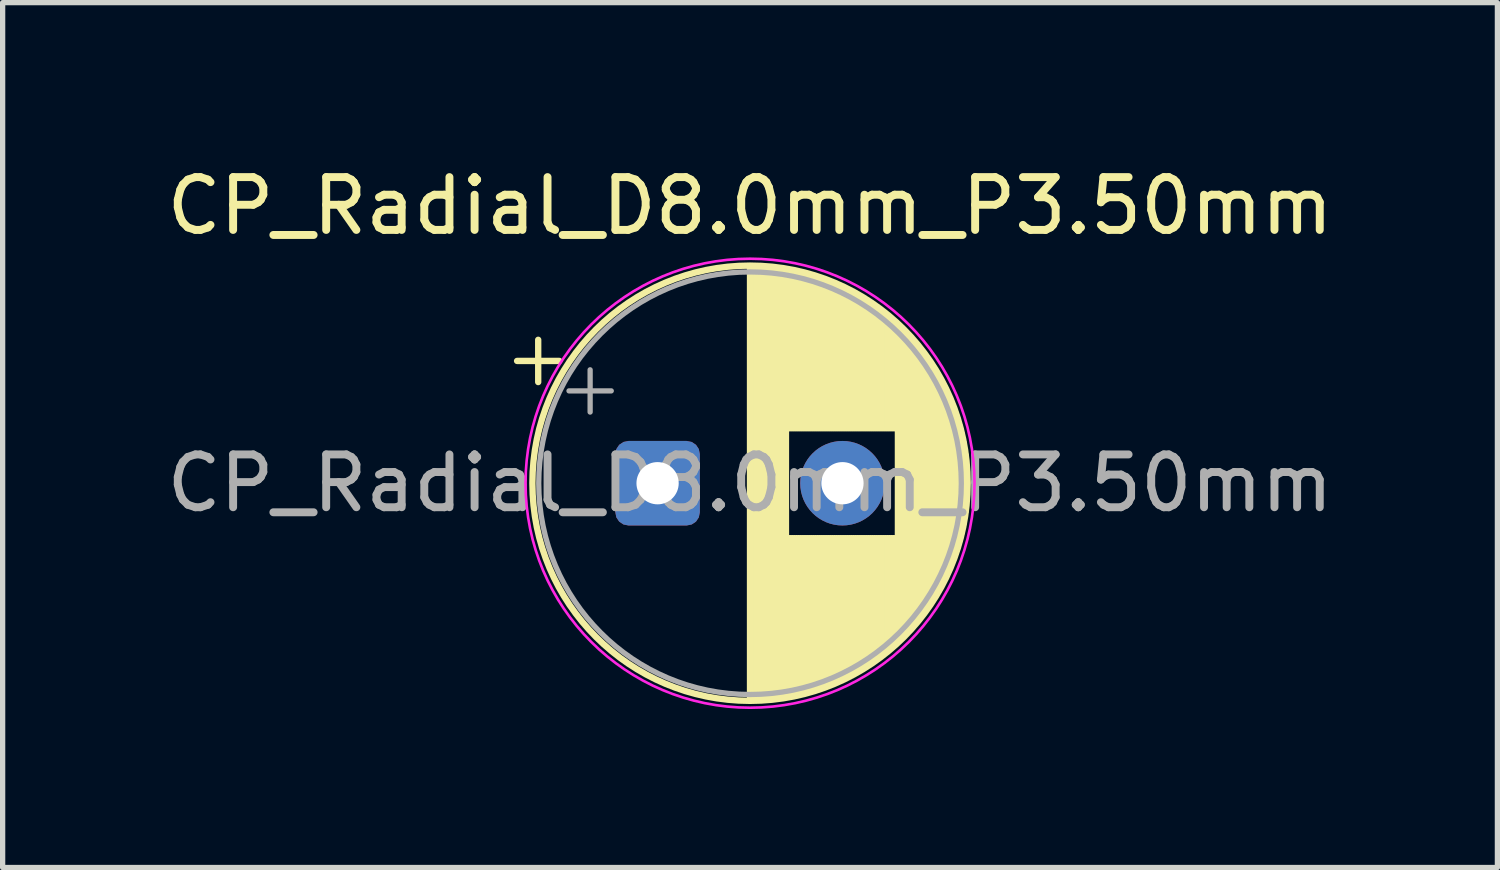
<source format=kicad_pcb>
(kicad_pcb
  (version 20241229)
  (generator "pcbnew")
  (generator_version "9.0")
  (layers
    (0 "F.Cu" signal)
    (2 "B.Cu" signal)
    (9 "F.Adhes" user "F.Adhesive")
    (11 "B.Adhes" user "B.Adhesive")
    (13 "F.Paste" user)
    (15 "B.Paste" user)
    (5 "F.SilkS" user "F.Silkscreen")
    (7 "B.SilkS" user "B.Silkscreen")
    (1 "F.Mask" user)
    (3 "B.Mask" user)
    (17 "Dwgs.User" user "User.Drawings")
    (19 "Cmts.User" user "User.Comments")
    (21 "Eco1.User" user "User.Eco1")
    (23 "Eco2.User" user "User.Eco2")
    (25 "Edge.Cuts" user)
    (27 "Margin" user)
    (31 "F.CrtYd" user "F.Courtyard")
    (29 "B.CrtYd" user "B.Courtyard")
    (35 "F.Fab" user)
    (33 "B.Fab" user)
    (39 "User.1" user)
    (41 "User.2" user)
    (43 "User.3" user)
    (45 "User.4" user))
  (footprint "CP_Radial_D8.0mm_P3.50mm"
    (layer "F.Cu")
    (at 9.399 6.098)
    (property "Reference" "CP_Radial_D8.0mm_P3.50mm" (at 1.75 -5.25 180) (layer "F.SilkS") (effects (font (size 1 1) (thickness 0.15))))
    (attr through_hole)
    (fp_line (start -2.66 -2.315) (end -1.86 -2.315) (stroke (width 0.12) (type solid)) (layer "F.SilkS"))
    (fp_line (start -2.26 -2.715) (end -2.26 -1.915) (stroke (width 0.12) (type solid)) (layer "F.SilkS"))
    (fp_line (start 1.75 -4.08) (end 1.75 4.08) (stroke (width 0.12) (type solid)) (layer "F.SilkS"))
    (fp_line (start 1.79 -4.08) (end 1.79 4.08) (stroke (width 0.12) (type solid)) (layer "F.SilkS"))
    (fp_line (start 1.83 -4.079) (end 1.83 4.079) (stroke (width 0.12) (type solid)) (layer "F.SilkS"))
    (fp_line (start 1.87 -4.078) (end 1.87 4.078) (stroke (width 0.12) (type solid)) (layer "F.SilkS"))
    (fp_line (start 1.91 -4.077) (end 1.91 4.077) (stroke (width 0.12) (type solid)) (layer "F.SilkS"))
    (fp_line (start 1.95 -4.075) (end 1.95 4.075) (stroke (width 0.12) (type solid)) (layer "F.SilkS"))
    (fp_line (start 1.99 -4.073) (end 1.99 4.073) (stroke (width 0.12) (type solid)) (layer "F.SilkS"))
    (fp_line (start 2.03 -4.07) (end 2.03 4.07) (stroke (width 0.12) (type solid)) (layer "F.SilkS"))
    (fp_line (start 2.07 -4.068) (end 2.07 4.068) (stroke (width 0.12) (type solid)) (layer "F.SilkS"))
    (fp_line (start 2.11 -4.064) (end 2.11 4.064) (stroke (width 0.12) (type solid)) (layer "F.SilkS"))
    (fp_line (start 2.15 -4.061) (end 2.15 4.061) (stroke (width 0.12) (type solid)) (layer "F.SilkS"))
    (fp_line (start 2.19 -4.056) (end 2.19 4.056) (stroke (width 0.12) (type solid)) (layer "F.SilkS"))
    (fp_line (start 2.23 -4.052) (end 2.23 4.052) (stroke (width 0.12) (type solid)) (layer "F.SilkS"))
    (fp_line (start 2.27 -4.047) (end 2.27 4.047) (stroke (width 0.12) (type solid)) (layer "F.SilkS"))
    (fp_line (start 2.31 -4.042) (end 2.31 4.042) (stroke (width 0.12) (type solid)) (layer "F.SilkS"))
    (fp_line (start 2.35 -4.036) (end 2.35 4.036) (stroke (width 0.12) (type solid)) (layer "F.SilkS"))
    (fp_line (start 2.39 -4.03) (end 2.39 4.03) (stroke (width 0.12) (type solid)) (layer "F.SilkS"))
    (fp_line (start 2.43 -4.023) (end 2.43 4.023) (stroke (width 0.12) (type solid)) (layer "F.SilkS"))
    (fp_line (start 2.47 -4.017) (end 2.47 -1.04) (stroke (width 0.12) (type solid)) (layer "F.SilkS"))
    (fp_line (start 2.47 1.04) (end 2.47 4.017) (stroke (width 0.12) (type solid)) (layer "F.SilkS"))
    (fp_line (start 2.51 -4.009) (end 2.51 -1.04) (stroke (width 0.12) (type solid)) (layer "F.SilkS"))
    (fp_line (start 2.51 1.04) (end 2.51 4.009) (stroke (width 0.12) (type solid)) (layer "F.SilkS"))
    (fp_line (start 2.55 -4.002) (end 2.55 -1.04) (stroke (width 0.12) (type solid)) (layer "F.SilkS"))
    (fp_line (start 2.55 1.04) (end 2.55 4.002) (stroke (width 0.12) (type solid)) (layer "F.SilkS"))
    (fp_line (start 2.59 -3.993) (end 2.59 -1.04) (stroke (width 0.12) (type solid)) (layer "F.SilkS"))
    (fp_line (start 2.59 1.04) (end 2.59 3.993) (stroke (width 0.12) (type solid)) (layer "F.SilkS"))
    (fp_line (start 2.63 -3.985) (end 2.63 -1.04) (stroke (width 0.12) (type solid)) (layer "F.SilkS"))
    (fp_line (start 2.63 1.04) (end 2.63 3.985) (stroke (width 0.12) (type solid)) (layer "F.SilkS"))
    (fp_line (start 2.67 -3.976) (end 2.67 -1.04) (stroke (width 0.12) (type solid)) (layer "F.SilkS"))
    (fp_line (start 2.67 1.04) (end 2.67 3.976) (stroke (width 0.12) (type solid)) (layer "F.SilkS"))
    (fp_line (start 2.71 -3.967) (end 2.71 -1.04) (stroke (width 0.12) (type solid)) (layer "F.SilkS"))
    (fp_line (start 2.71 1.04) (end 2.71 3.967) (stroke (width 0.12) (type solid)) (layer "F.SilkS"))
    (fp_line (start 2.75 -3.957) (end 2.75 -1.04) (stroke (width 0.12) (type solid)) (layer "F.SilkS"))
    (fp_line (start 2.75 1.04) (end 2.75 3.957) (stroke (width 0.12) (type solid)) (layer "F.SilkS"))
    (fp_line (start 2.79 -3.947) (end 2.79 -1.04) (stroke (width 0.12) (type solid)) (layer "F.SilkS"))
    (fp_line (start 2.79 1.04) (end 2.79 3.947) (stroke (width 0.12) (type solid)) (layer "F.SilkS"))
    (fp_line (start 2.83 -3.936) (end 2.83 -1.04) (stroke (width 0.12) (type solid)) (layer "F.SilkS"))
    (fp_line (start 2.83 1.04) (end 2.83 3.936) (stroke (width 0.12) (type solid)) (layer "F.SilkS"))
    (fp_line (start 2.87 -3.925) (end 2.87 -1.04) (stroke (width 0.12) (type solid)) (layer "F.SilkS"))
    (fp_line (start 2.87 1.04) (end 2.87 3.925) (stroke (width 0.12) (type solid)) (layer "F.SilkS"))
    (fp_line (start 2.91 -3.913) (end 2.91 -1.04) (stroke (width 0.12) (type solid)) (layer "F.SilkS"))
    (fp_line (start 2.91 1.04) (end 2.91 3.913) (stroke (width 0.12) (type solid)) (layer "F.SilkS"))
    (fp_line (start 2.95 -3.901) (end 2.95 -1.04) (stroke (width 0.12) (type solid)) (layer "F.SilkS"))
    (fp_line (start 2.95 1.04) (end 2.95 3.901) (stroke (width 0.12) (type solid)) (layer "F.SilkS"))
    (fp_line (start 2.99 -3.889) (end 2.99 -1.04) (stroke (width 0.12) (type solid)) (layer "F.SilkS"))
    (fp_line (start 2.99 1.04) (end 2.99 3.889) (stroke (width 0.12) (type solid)) (layer "F.SilkS"))
    (fp_line (start 3.03 -3.876) (end 3.03 -1.04) (stroke (width 0.12) (type solid)) (layer "F.SilkS"))
    (fp_line (start 3.03 1.04) (end 3.03 3.876) (stroke (width 0.12) (type solid)) (layer "F.SilkS"))
    (fp_line (start 3.07 -3.863) (end 3.07 -1.04) (stroke (width 0.12) (type solid)) (layer "F.SilkS"))
    (fp_line (start 3.07 1.04) (end 3.07 3.863) (stroke (width 0.12) (type solid)) (layer "F.SilkS"))
    (fp_line (start 3.11 -3.849) (end 3.11 -1.04) (stroke (width 0.12) (type solid)) (layer "F.SilkS"))
    (fp_line (start 3.11 1.04) (end 3.11 3.849) (stroke (width 0.12) (type solid)) (layer "F.SilkS"))
    (fp_line (start 3.15 -3.835) (end 3.15 -1.04) (stroke (width 0.12) (type solid)) (layer "F.SilkS"))
    (fp_line (start 3.15 1.04) (end 3.15 3.835) (stroke (width 0.12) (type solid)) (layer "F.SilkS"))
    (fp_line (start 3.19 -3.82) (end 3.19 -1.04) (stroke (width 0.12) (type solid)) (layer "F.SilkS"))
    (fp_line (start 3.19 1.04) (end 3.19 3.82) (stroke (width 0.12) (type solid)) (layer "F.SilkS"))
    (fp_line (start 3.23 -3.805) (end 3.23 -1.04) (stroke (width 0.12) (type solid)) (layer "F.SilkS"))
    (fp_line (start 3.23 1.04) (end 3.23 3.805) (stroke (width 0.12) (type solid)) (layer "F.SilkS"))
    (fp_line (start 3.27 -3.789) (end 3.27 -1.04) (stroke (width 0.12) (type solid)) (layer "F.SilkS"))
    (fp_line (start 3.27 1.04) (end 3.27 3.789) (stroke (width 0.12) (type solid)) (layer "F.SilkS"))
    (fp_line (start 3.31 -3.773) (end 3.31 -1.04) (stroke (width 0.12) (type solid)) (layer "F.SilkS"))
    (fp_line (start 3.31 1.04) (end 3.31 3.773) (stroke (width 0.12) (type solid)) (layer "F.SilkS"))
    (fp_line (start 3.35 -3.757) (end 3.35 -1.04) (stroke (width 0.12) (type solid)) (layer "F.SilkS"))
    (fp_line (start 3.35 1.04) (end 3.35 3.757) (stroke (width 0.12) (type solid)) (layer "F.SilkS"))
    (fp_line (start 3.39 -3.74) (end 3.39 -1.04) (stroke (width 0.12) (type solid)) (layer "F.SilkS"))
    (fp_line (start 3.39 1.04) (end 3.39 3.74) (stroke (width 0.12) (type solid)) (layer "F.SilkS"))
    (fp_line (start 3.43 -3.722) (end 3.43 -1.04) (stroke (width 0.12) (type solid)) (layer "F.SilkS"))
    (fp_line (start 3.43 1.04) (end 3.43 3.722) (stroke (width 0.12) (type solid)) (layer "F.SilkS"))
    (fp_line (start 3.47 -3.704) (end 3.47 -1.04) (stroke (width 0.12) (type solid)) (layer "F.SilkS"))
    (fp_line (start 3.47 1.04) (end 3.47 3.704) (stroke (width 0.12) (type solid)) (layer "F.SilkS"))
    (fp_line (start 3.51 -3.685) (end 3.51 -1.04) (stroke (width 0.12) (type solid)) (layer "F.SilkS"))
    (fp_line (start 3.51 1.04) (end 3.51 3.685) (stroke (width 0.12) (type solid)) (layer "F.SilkS"))
    (fp_line (start 3.55 -3.666) (end 3.55 -1.04) (stroke (width 0.12) (type solid)) (layer "F.SilkS"))
    (fp_line (start 3.55 1.04) (end 3.55 3.666) (stroke (width 0.12) (type solid)) (layer "F.SilkS"))
    (fp_line (start 3.59 -3.646) (end 3.59 -1.04) (stroke (width 0.12) (type solid)) (layer "F.SilkS"))
    (fp_line (start 3.59 1.04) (end 3.59 3.646) (stroke (width 0.12) (type solid)) (layer "F.SilkS"))
    (fp_line (start 3.63 -3.626) (end 3.63 -1.04) (stroke (width 0.12) (type solid)) (layer "F.SilkS"))
    (fp_line (start 3.63 1.04) (end 3.63 3.626) (stroke (width 0.12) (type solid)) (layer "F.SilkS"))
    (fp_line (start 3.67 -3.605) (end 3.67 -1.04) (stroke (width 0.12) (type solid)) (layer "F.SilkS"))
    (fp_line (start 3.67 1.04) (end 3.67 3.605) (stroke (width 0.12) (type solid)) (layer "F.SilkS"))
    (fp_line (start 3.71 -3.584) (end 3.71 -1.04) (stroke (width 0.12) (type solid)) (layer "F.SilkS"))
    (fp_line (start 3.71 1.04) (end 3.71 3.584) (stroke (width 0.12) (type solid)) (layer "F.SilkS"))
    (fp_line (start 3.75 -3.562) (end 3.75 -1.04) (stroke (width 0.12) (type solid)) (layer "F.SilkS"))
    (fp_line (start 3.75 1.04) (end 3.75 3.562) (stroke (width 0.12) (type solid)) (layer "F.SilkS"))
    (fp_line (start 3.79 -3.539) (end 3.79 -1.04) (stroke (width 0.12) (type solid)) (layer "F.SilkS"))
    (fp_line (start 3.79 1.04) (end 3.79 3.539) (stroke (width 0.12) (type solid)) (layer "F.SilkS"))
    (fp_line (start 3.83 -3.516) (end 3.83 -1.04) (stroke (width 0.12) (type solid)) (layer "F.SilkS"))
    (fp_line (start 3.83 1.04) (end 3.83 3.516) (stroke (width 0.12) (type solid)) (layer "F.SilkS"))
    (fp_line (start 3.87 -3.493) (end 3.87 -1.04) (stroke (width 0.12) (type solid)) (layer "F.SilkS"))
    (fp_line (start 3.87 1.04) (end 3.87 3.493) (stroke (width 0.12) (type solid)) (layer "F.SilkS"))
    (fp_line (start 3.91 -3.468) (end 3.91 -1.04) (stroke (width 0.12) (type solid)) (layer "F.SilkS"))
    (fp_line (start 3.91 1.04) (end 3.91 3.468) (stroke (width 0.12) (type solid)) (layer "F.SilkS"))
    (fp_line (start 3.95 -3.443) (end 3.95 -1.04) (stroke (width 0.12) (type solid)) (layer "F.SilkS"))
    (fp_line (start 3.95 1.04) (end 3.95 3.443) (stroke (width 0.12) (type solid)) (layer "F.SilkS"))
    (fp_line (start 3.99 -3.418) (end 3.99 -1.04) (stroke (width 0.12) (type solid)) (layer "F.SilkS"))
    (fp_line (start 3.99 1.04) (end 3.99 3.418) (stroke (width 0.12) (type solid)) (layer "F.SilkS"))
    (fp_line (start 4.03 -3.392) (end 4.03 -1.04) (stroke (width 0.12) (type solid)) (layer "F.SilkS"))
    (fp_line (start 4.03 1.04) (end 4.03 3.392) (stroke (width 0.12) (type solid)) (layer "F.SilkS"))
    (fp_line (start 4.07 -3.365) (end 4.07 -1.04) (stroke (width 0.12) (type solid)) (layer "F.SilkS"))
    (fp_line (start 4.07 1.04) (end 4.07 3.365) (stroke (width 0.12) (type solid)) (layer "F.SilkS"))
    (fp_line (start 4.11 -3.337) (end 4.11 -1.04) (stroke (width 0.12) (type solid)) (layer "F.SilkS"))
    (fp_line (start 4.11 1.04) (end 4.11 3.337) (stroke (width 0.12) (type solid)) (layer "F.SilkS"))
    (fp_line (start 4.15 -3.309) (end 4.15 -1.04) (stroke (width 0.12) (type solid)) (layer "F.SilkS"))
    (fp_line (start 4.15 1.04) (end 4.15 3.309) (stroke (width 0.12) (type solid)) (layer "F.SilkS"))
    (fp_line (start 4.19 -3.28) (end 4.19 -1.04) (stroke (width 0.12) (type solid)) (layer "F.SilkS"))
    (fp_line (start 4.19 1.04) (end 4.19 3.28) (stroke (width 0.12) (type solid)) (layer "F.SilkS"))
    (fp_line (start 4.23 -3.25) (end 4.23 -1.04) (stroke (width 0.12) (type solid)) (layer "F.SilkS"))
    (fp_line (start 4.23 1.04) (end 4.23 3.25) (stroke (width 0.12) (type solid)) (layer "F.SilkS"))
    (fp_line (start 4.27 -3.219) (end 4.27 -1.04) (stroke (width 0.12) (type solid)) (layer "F.SilkS"))
    (fp_line (start 4.27 1.04) (end 4.27 3.219) (stroke (width 0.12) (type solid)) (layer "F.SilkS"))
    (fp_line (start 4.31 -3.188) (end 4.31 -1.04) (stroke (width 0.12) (type solid)) (layer "F.SilkS"))
    (fp_line (start 4.31 1.04) (end 4.31 3.188) (stroke (width 0.12) (type solid)) (layer "F.SilkS"))
    (fp_line (start 4.35 -3.156) (end 4.35 -1.04) (stroke (width 0.12) (type solid)) (layer "F.SilkS"))
    (fp_line (start 4.35 1.04) (end 4.35 3.156) (stroke (width 0.12) (type solid)) (layer "F.SilkS"))
    (fp_line (start 4.39 -3.123) (end 4.39 -1.04) (stroke (width 0.12) (type solid)) (layer "F.SilkS"))
    (fp_line (start 4.39 1.04) (end 4.39 3.123) (stroke (width 0.12) (type solid)) (layer "F.SilkS"))
    (fp_line (start 4.43 -3.089) (end 4.43 -1.04) (stroke (width 0.12) (type solid)) (layer "F.SilkS"))
    (fp_line (start 4.43 1.04) (end 4.43 3.089) (stroke (width 0.12) (type solid)) (layer "F.SilkS"))
    (fp_line (start 4.47 -3.055) (end 4.47 -1.04) (stroke (width 0.12) (type solid)) (layer "F.SilkS"))
    (fp_line (start 4.47 1.04) (end 4.47 3.055) (stroke (width 0.12) (type solid)) (layer "F.SilkS"))
    (fp_line (start 4.51 -3.019) (end 4.51 -1.04) (stroke (width 0.12) (type solid)) (layer "F.SilkS"))
    (fp_line (start 4.51 1.04) (end 4.51 3.019) (stroke (width 0.12) (type solid)) (layer "F.SilkS"))
    (fp_line (start 4.55 -2.982) (end 4.55 2.982) (stroke (width 0.12) (type solid)) (layer "F.SilkS"))
    (fp_line (start 4.59 -2.945) (end 4.59 2.945) (stroke (width 0.12) (type solid)) (layer "F.SilkS"))
    (fp_line (start 4.63 -2.906) (end 4.63 2.906) (stroke (width 0.12) (type solid)) (layer "F.SilkS"))
    (fp_line (start 4.67 -2.867) (end 4.67 2.867) (stroke (width 0.12) (type solid)) (layer "F.SilkS"))
    (fp_line (start 4.71 -2.826) (end 4.71 2.826) (stroke (width 0.12) (type solid)) (layer "F.SilkS"))
    (fp_line (start 4.75 -2.784) (end 4.75 2.784) (stroke (width 0.12) (type solid)) (layer "F.SilkS"))
    (fp_line (start 4.79 -2.741) (end 4.79 2.741) (stroke (width 0.12) (type solid)) (layer "F.SilkS"))
    (fp_line (start 4.83 -2.696) (end 4.83 2.696) (stroke (width 0.12) (type solid)) (layer "F.SilkS"))
    (fp_line (start 4.87 -2.651) (end 4.87 2.651) (stroke (width 0.12) (type solid)) (layer "F.SilkS"))
    (fp_line (start 4.91 -2.604) (end 4.91 2.604) (stroke (width 0.12) (type solid)) (layer "F.SilkS"))
    (fp_line (start 4.95 -2.555) (end 4.95 2.555) (stroke (width 0.12) (type solid)) (layer "F.SilkS"))
    (fp_line (start 4.99 -2.505) (end 4.99 2.505) (stroke (width 0.12) (type solid)) (layer "F.SilkS"))
    (fp_line (start 5.03 -2.453) (end 5.03 2.453) (stroke (width 0.12) (type solid)) (layer "F.SilkS"))
    (fp_line (start 5.07 -2.4) (end 5.07 2.4) (stroke (width 0.12) (type solid)) (layer "F.SilkS"))
    (fp_line (start 5.11 -2.344) (end 5.11 2.344) (stroke (width 0.12) (type solid)) (layer "F.SilkS"))
    (fp_line (start 5.15 -2.287) (end 5.15 2.287) (stroke (width 0.12) (type solid)) (layer "F.SilkS"))
    (fp_line (start 5.19 -2.227) (end 5.19 2.227) (stroke (width 0.12) (type solid)) (layer "F.SilkS"))
    (fp_line (start 5.23 -2.165) (end 5.23 2.165) (stroke (width 0.12) (type solid)) (layer "F.SilkS"))
    (fp_line (start 5.27 -2.101) (end 5.27 2.101) (stroke (width 0.12) (type solid)) (layer "F.SilkS"))
    (fp_line (start 5.31 -2.034) (end 5.31 2.034) (stroke (width 0.12) (type solid)) (layer "F.SilkS"))
    (fp_line (start 5.35 -1.964) (end 5.35 1.964) (stroke (width 0.12) (type solid)) (layer "F.SilkS"))
    (fp_line (start 5.39 -1.89) (end 5.39 1.89) (stroke (width 0.12) (type solid)) (layer "F.SilkS"))
    (fp_line (start 5.43 -1.813) (end 5.43 1.813) (stroke (width 0.12) (type solid)) (layer "F.SilkS"))
    (fp_line (start 5.47 -1.731) (end 5.47 1.731) (stroke (width 0.12) (type solid)) (layer "F.SilkS"))
    (fp_line (start 5.51 -1.644) (end 5.51 1.644) (stroke (width 0.12) (type solid)) (layer "F.SilkS"))
    (fp_line (start 5.55 -1.552) (end 5.55 1.552) (stroke (width 0.12) (type solid)) (layer "F.SilkS"))
    (fp_line (start 5.59 -1.453) (end 5.59 1.453) (stroke (width 0.12) (type solid)) (layer "F.SilkS"))
    (fp_line (start 5.63 -1.346) (end 5.63 1.346) (stroke (width 0.12) (type solid)) (layer "F.SilkS"))
    (fp_line (start 5.67 -1.228) (end 5.67 1.228) (stroke (width 0.12) (type solid)) (layer "F.SilkS"))
    (fp_line (start 5.71 -1.097) (end 5.71 1.097) (stroke (width 0.12) (type solid)) (layer "F.SilkS"))
    (fp_line (start 5.75 -0.947) (end 5.75 0.947) (stroke (width 0.12) (type solid)) (layer "F.SilkS"))
    (fp_line (start 5.79 -0.768) (end 5.79 0.768) (stroke (width 0.12) (type solid)) (layer "F.SilkS"))
    (fp_line (start 5.83 -0.533) (end 5.83 0.533) (stroke (width 0.12) (type solid)) (layer "F.SilkS"))
    (fp_circle (center 1.75 0) (end 5.87 0) (stroke (width 0.12) (type solid)) (fill no) (layer "F.SilkS"))
    (fp_circle (center 1.75 0) (end 6 0) (stroke (width 0.05) (type solid)) (fill no) (layer "F.CrtYd"))
    (fp_line (start -1.677 -1.748) (end -0.877 -1.748) (stroke (width 0.1) (type solid)) (layer "F.Fab"))
    (fp_line (start -1.277 -2.147) (end -1.277 -1.347) (stroke (width 0.1) (type solid)) (layer "F.Fab"))
    (fp_circle (center 1.75 0) (end 5.75 0) (stroke (width 0.1) (type solid)) (fill no) (layer "F.Fab"))
    (fp_text user "${REFERENCE}" (at 1.75 0 180) (layer "F.Fab") (effects (font (size 1 1) (thickness 0.15))))
    (pad "1" thru_hole roundrect (at 0 0) (size 1.6 1.6) (drill 0.8) (layers "*.Cu" "*.Mask") (roundrect_rratio 0.156))
    (pad "2" thru_hole circle (at 3.5 0) (size 1.6 1.6) (drill 0.8) (layers "*.Cu" "*.Mask")))
  (gr_rect
    (start -3 -3)
    (end 25.298 13.373)
    (stroke (width 0.1) (type default))
    (fill no)
    (layer "Edge.Cuts")))
</source>
